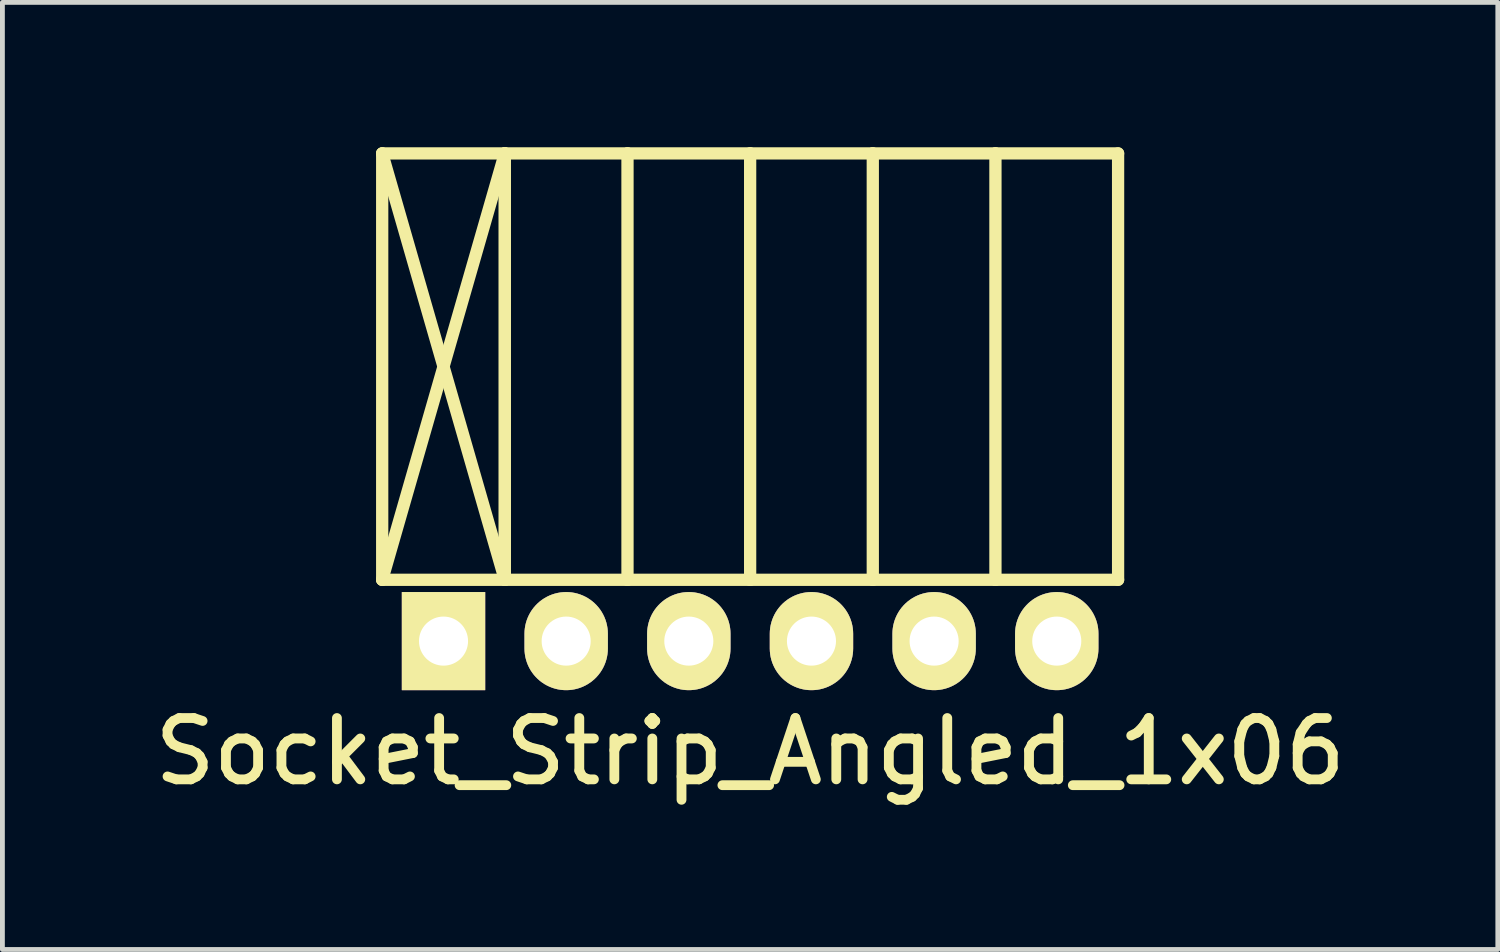
<source format=kicad_pcb>
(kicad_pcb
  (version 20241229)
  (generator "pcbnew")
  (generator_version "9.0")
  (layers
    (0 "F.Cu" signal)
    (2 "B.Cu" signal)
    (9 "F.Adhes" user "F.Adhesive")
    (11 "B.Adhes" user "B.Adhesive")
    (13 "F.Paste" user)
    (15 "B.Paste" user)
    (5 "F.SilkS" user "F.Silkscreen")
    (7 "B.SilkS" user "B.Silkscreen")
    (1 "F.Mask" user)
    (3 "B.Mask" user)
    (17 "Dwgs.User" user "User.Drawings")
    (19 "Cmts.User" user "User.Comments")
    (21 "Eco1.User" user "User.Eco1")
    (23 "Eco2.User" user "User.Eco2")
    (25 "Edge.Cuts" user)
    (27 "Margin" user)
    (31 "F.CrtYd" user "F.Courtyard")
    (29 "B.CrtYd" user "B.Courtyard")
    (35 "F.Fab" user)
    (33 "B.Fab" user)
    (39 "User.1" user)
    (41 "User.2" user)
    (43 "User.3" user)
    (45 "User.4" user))
  (footprint "Socket_Strip_Angled_1x06"
    (layer "F.Cu")
    (at 12.485 10.227)
    (property "Reference" "Socket_Strip_Angled_1x06" (at 0 2.286 0) (layer "F.SilkS") (effects (font (size 1.27 1.27) (thickness 0.203))))
    (attr through_hole)
    (fp_line (start -7.62 -10.1) (end -5.08 -10.1) (stroke (width 0.254) (type solid)) (layer "F.SilkS"))
    (fp_line (start -7.62 -10.1) (end -5.08 -1.27) (stroke (width 0.254) (type solid)) (layer "F.SilkS"))
    (fp_line (start -7.62 -1.27) (end -7.62 -10.1) (stroke (width 0.254) (type solid)) (layer "F.SilkS"))
    (fp_line (start -7.62 -1.27) (end -5.08 -10.1) (stroke (width 0.254) (type solid)) (layer "F.SilkS"))
    (fp_line (start -7.62 -1.27) (end -5.08 -1.27) (stroke (width 0.254) (type solid)) (layer "F.SilkS"))
    (fp_line (start -5.08 -10.1) (end -5.08 -1.27) (stroke (width 0.254) (type solid)) (layer "F.SilkS"))
    (fp_line (start -5.08 -10.1) (end -2.54 -10.1) (stroke (width 0.254) (type solid)) (layer "F.SilkS"))
    (fp_line (start -5.08 -1.27) (end -5.08 -10.1) (stroke (width 0.254) (type solid)) (layer "F.SilkS"))
    (fp_line (start -5.08 -1.27) (end -2.54 -1.27) (stroke (width 0.254) (type solid)) (layer "F.SilkS"))
    (fp_line (start -2.54 -10.1) (end -2.54 -1.27) (stroke (width 0.254) (type solid)) (layer "F.SilkS"))
    (fp_line (start -2.54 -10.1) (end 0 -10.1) (stroke (width 0.254) (type solid)) (layer "F.SilkS"))
    (fp_line (start -2.54 -1.27) (end 0 -1.27) (stroke (width 0.254) (type solid)) (layer "F.SilkS"))
    (fp_line (start 0 -10.1) (end 0 -1.27) (stroke (width 0.254) (type solid)) (layer "F.SilkS"))
    (fp_line (start 0 -10.1) (end 2.54 -10.1) (stroke (width 0.254) (type solid)) (layer "F.SilkS"))
    (fp_line (start 0 -1.27) (end 2.54 -1.27) (stroke (width 0.254) (type solid)) (layer "F.SilkS"))
    (fp_line (start 2.54 -10.1) (end 2.54 -1.27) (stroke (width 0.254) (type solid)) (layer "F.SilkS"))
    (fp_line (start 2.54 -10.1) (end 5.08 -10.1) (stroke (width 0.254) (type solid)) (layer "F.SilkS"))
    (fp_line (start 2.54 -1.27) (end 5.08 -1.27) (stroke (width 0.254) (type solid)) (layer "F.SilkS"))
    (fp_line (start 5.08 -10.1) (end 5.08 -1.27) (stroke (width 0.254) (type solid)) (layer "F.SilkS"))
    (fp_line (start 5.08 -10.1) (end 7.62 -10.1) (stroke (width 0.254) (type solid)) (layer "F.SilkS"))
    (fp_line (start 5.08 -1.27) (end 7.62 -1.27) (stroke (width 0.254) (type solid)) (layer "F.SilkS"))
    (fp_line (start 7.62 -10.1) (end 7.62 -1.27) (stroke (width 0.254) (type solid)) (layer "F.SilkS"))
    (pad "1" thru_hole rect (at -6.35 0) (size 1.727 2.032) (drill 1.016) (layers "*.Cu" "*.Mask" "F.SilkS"))
    (pad "2" thru_hole oval (at -3.81 0) (size 1.727 2.032) (drill 1.016) (layers "*.Cu" "*.Mask" "F.SilkS"))
    (pad "3" thru_hole oval (at -1.27 0) (size 1.727 2.032) (drill 1.016) (layers "*.Cu" "*.Mask" "F.SilkS"))
    (pad "4" thru_hole oval (at 1.27 0) (size 1.727 2.032) (drill 1.016) (layers "*.Cu" "*.Mask" "F.SilkS"))
    (pad "5" thru_hole oval (at 3.81 0) (size 1.727 2.032) (drill 1.016) (layers "*.Cu" "*.Mask" "F.SilkS"))
    (pad "6" thru_hole oval (at 6.35 0) (size 1.727 2.032) (drill 1.016) (layers "*.Cu" "*.Mask" "F.SilkS")))
  (gr_rect
    (start -3 -3)
    (end 27.969 16.613)
    (stroke (width 0.1) (type default))
    (fill no)
    (layer "Edge.Cuts")))
</source>
